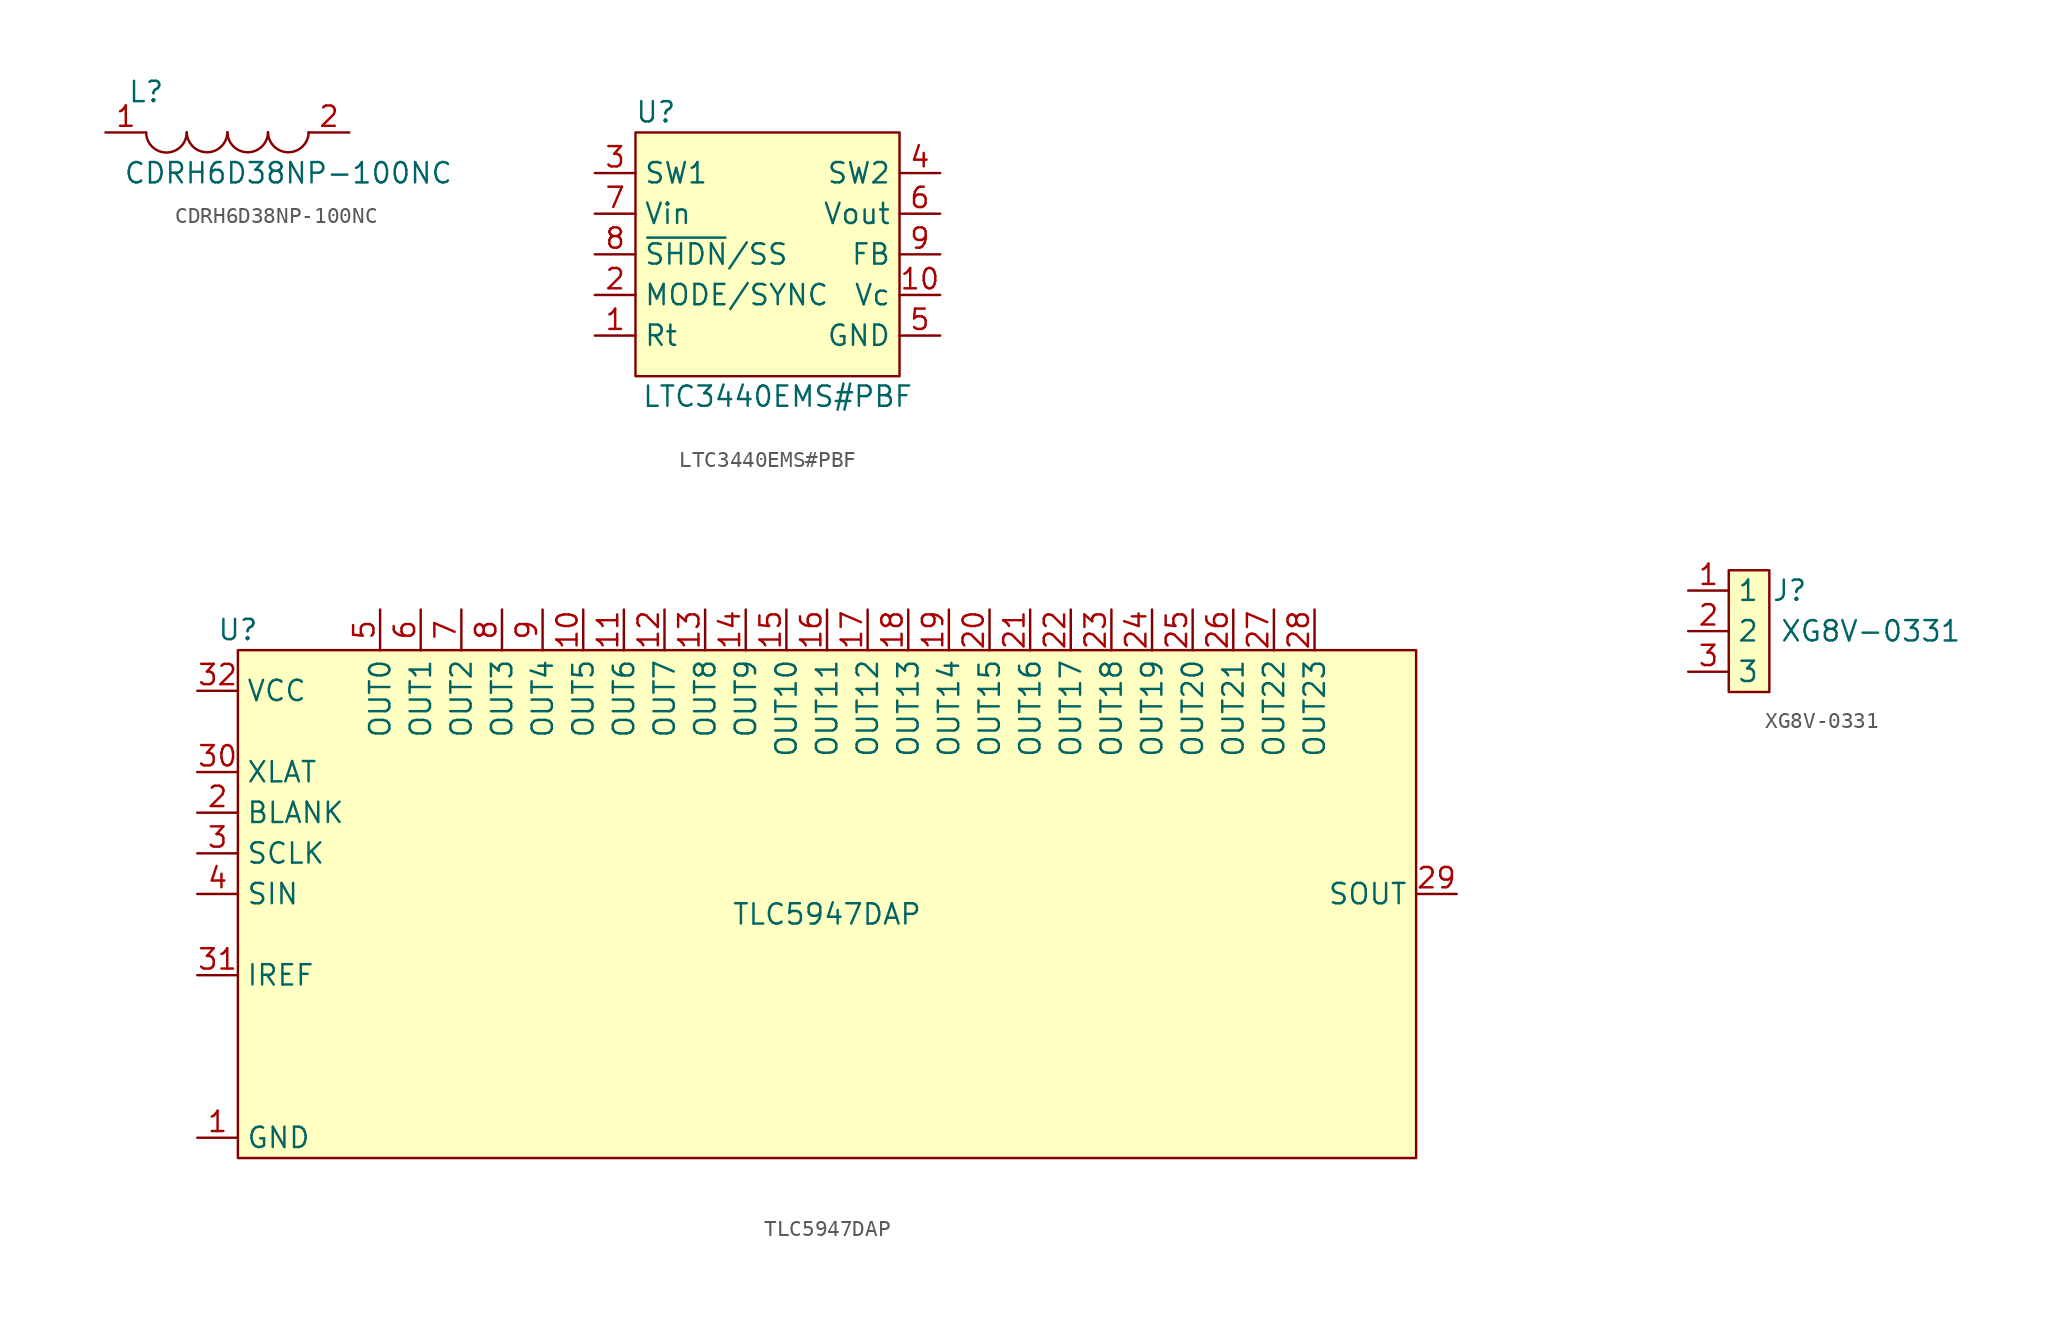
<source format=kicad_sym>
(kicad_symbol_lib
  (version 20211014)
  (generator kicad_symbol_editor)
  (symbol "CDRH6D38NP-100NC"
    (property "Reference" "L"
      (at 2.54 2.54 0)
      (effects (font (size 1.27 1.27))))
    (property "Value" "CDRH6D38NP-100NC"
      (at 11.43 -2.54 0)
      (effects (font (size 1.27 1.27))))
    (symbol "CDRH6D38NP-100NC_0_1"
      (arc (start 2.54 0) (mid 3.81 -1.286) (end 5.08 0) (stroke (width 0) (type default) (color 0 0 0 0)) (fill (type none)))
      (arc (start 5.08 0.0159) (mid 6.35 -1.2701) (end 7.62 0.0159) (stroke (width 0) (type default) (color 0 0 0 0)) (fill (type none)))
      (arc (start 7.62 0.0159) (mid 8.89 -1.2701) (end 10.16 0.0159) (stroke (width 0) (type default) (color 0 0 0 0)) (fill (type none)))
      (arc (start 10.16 0.0159) (mid 11.43 -1.2701) (end 12.7 0.0159) (stroke (width 0) (type default) (color 0 0 0 0)) (fill (type none))))
    (symbol "CDRH6D38NP-100NC_1_1"
      (pin input line (at 0 0 0) (length 2.54) (name "" (effects (font (size 1.27 1.27)))) (number "1" (effects (font (size 1.27 1.27)))))
      (pin input line (at 15.24 0 180) (length 2.54) (name "" (effects (font (size 1.27 1.27)))) (number "2" (effects (font (size 1.27 1.27)))))))
  (symbol "LTC3440EMS#PBF"
    (property "Reference" "U"
      (at 3.81 3.81 0)
      (effects (font (size 1.27 1.27))))
    (property "Value" "LTC3440EMS#PBF"
      (at 11.43 -13.97 0)
      (effects (font (size 1.27 1.27))))
    (symbol "LTC3440EMS#PBF_0_1"
      (rectangle (start 2.54 2.54) (end 19.05 -12.7) (stroke (width 0) (type default) (color 0 0 0 0)) (fill (type background))))
    (symbol "LTC3440EMS#PBF_1_1"
      (pin input line (at 0 -10.16 0) (length 2.54) (name "Rt" (effects (font (size 1.27 1.27)))) (number "1" (effects (font (size 1.27 1.27)))))
      (pin input line (at 21.59 -7.62 180) (length 2.54) (name "Vc" (effects (font (size 1.27 1.27)))) (number "10" (effects (font (size 1.27 1.27)))))
      (pin input line (at 0 -7.62 0) (length 2.54) (name "MODE/SYNC" (effects (font (size 1.27 1.27)))) (number "2" (effects (font (size 1.27 1.27)))))
      (pin input line (at 0 0 0) (length 2.54) (name "SW1" (effects (font (size 1.27 1.27)))) (number "3" (effects (font (size 1.27 1.27)))))
      (pin input line (at 21.59 0 180) (length 2.54) (name "SW2" (effects (font (size 1.27 1.27)))) (number "4" (effects (font (size 1.27 1.27)))))
      (pin input line (at 21.59 -10.16 180) (length 2.54) (name "GND" (effects (font (size 1.27 1.27)))) (number "5" (effects (font (size 1.27 1.27)))))
      (pin input line (at 21.59 -2.54 180) (length 2.54) (name "Vout" (effects (font (size 1.27 1.27)))) (number "6" (effects (font (size 1.27 1.27)))))
      (pin input line (at 0 -2.54 0) (length 2.54) (name "Vin" (effects (font (size 1.27 1.27)))) (number "7" (effects (font (size 1.27 1.27)))))
      (pin input line (at 0 -5.08 0) (length 2.54) (name "~{SHDN}/SS" (effects (font (size 1.27 1.27)))) (number "8" (effects (font (size 1.27 1.27)))))
      (pin input line (at 21.59 -5.08 180) (length 2.54) (name "FB" (effects (font (size 1.27 1.27)))) (number "9" (effects (font (size 1.27 1.27)))))))
  (symbol "TLC5947DAP"
    (property "Reference" "U"
      (at 2.54 1.27 0)
      (effects (font (size 1.27 1.27))))
    (property "Value" "TLC5947DAP"
      (at 39.37 -16.51 0)
      (effects (font (size 1.27 1.27))))
    (symbol "TLC5947DAP_0_1"
      (rectangle (start 2.54 0) (end 76.2 -31.75) (stroke (width 0) (type default) (color 0 0 0 0)) (fill (type background))))
    (symbol "TLC5947DAP_1_1"
      (pin power_in line (at 0 -30.48 0) (length 2.54) (name "GND" (effects (font (size 1.27 1.27)))) (number "1" (effects (font (size 1.27 1.27)))))
      (pin input line (at 24.13 2.54 270) (length 2.54) (name "OUT5" (effects (font (size 1.27 1.27)))) (number "10" (effects (font (size 1.27 1.27)))))
      (pin input line (at 26.67 2.54 270) (length 2.54) (name "OUT6" (effects (font (size 1.27 1.27)))) (number "11" (effects (font (size 1.27 1.27)))))
      (pin input line (at 29.21 2.54 270) (length 2.54) (name "OUT7" (effects (font (size 1.27 1.27)))) (number "12" (effects (font (size 1.27 1.27)))))
      (pin input line (at 31.75 2.54 270) (length 2.54) (name "OUT8" (effects (font (size 1.27 1.27)))) (number "13" (effects (font (size 1.27 1.27)))))
      (pin input line (at 34.29 2.54 270) (length 2.54) (name "OUT9" (effects (font (size 1.27 1.27)))) (number "14" (effects (font (size 1.27 1.27)))))
      (pin input line (at 36.83 2.54 270) (length 2.54) (name "OUT10" (effects (font (size 1.27 1.27)))) (number "15" (effects (font (size 1.27 1.27)))))
      (pin input line (at 39.37 2.54 270) (length 2.54) (name "OUT11" (effects (font (size 1.27 1.27)))) (number "16" (effects (font (size 1.27 1.27)))))
      (pin input line (at 41.91 2.54 270) (length 2.54) (name "OUT12" (effects (font (size 1.27 1.27)))) (number "17" (effects (font (size 1.27 1.27)))))
      (pin input line (at 44.45 2.54 270) (length 2.54) (name "OUT13" (effects (font (size 1.27 1.27)))) (number "18" (effects (font (size 1.27 1.27)))))
      (pin input line (at 46.99 2.54 270) (length 2.54) (name "OUT14" (effects (font (size 1.27 1.27)))) (number "19" (effects (font (size 1.27 1.27)))))
      (pin input line (at 0 -10.16 0) (length 2.54) (name "BLANK" (effects (font (size 1.27 1.27)))) (number "2" (effects (font (size 1.27 1.27)))))
      (pin input line (at 49.53 2.54 270) (length 2.54) (name "OUT15" (effects (font (size 1.27 1.27)))) (number "20" (effects (font (size 1.27 1.27)))))
      (pin input line (at 52.07 2.54 270) (length 2.54) (name "OUT16" (effects (font (size 1.27 1.27)))) (number "21" (effects (font (size 1.27 1.27)))))
      (pin input line (at 54.61 2.54 270) (length 2.54) (name "OUT17" (effects (font (size 1.27 1.27)))) (number "22" (effects (font (size 1.27 1.27)))))
      (pin input line (at 57.15 2.54 270) (length 2.54) (name "OUT18" (effects (font (size 1.27 1.27)))) (number "23" (effects (font (size 1.27 1.27)))))
      (pin input line (at 59.69 2.54 270) (length 2.54) (name "OUT19" (effects (font (size 1.27 1.27)))) (number "24" (effects (font (size 1.27 1.27)))))
      (pin input line (at 62.23 2.54 270) (length 2.54) (name "OUT20" (effects (font (size 1.27 1.27)))) (number "25" (effects (font (size 1.27 1.27)))))
      (pin input line (at 64.77 2.54 270) (length 2.54) (name "OUT21" (effects (font (size 1.27 1.27)))) (number "26" (effects (font (size 1.27 1.27)))))
      (pin input line (at 67.31 2.54 270) (length 2.54) (name "OUT22" (effects (font (size 1.27 1.27)))) (number "27" (effects (font (size 1.27 1.27)))))
      (pin input line (at 69.85 2.54 270) (length 2.54) (name "OUT23" (effects (font (size 1.27 1.27)))) (number "28" (effects (font (size 1.27 1.27)))))
      (pin output line (at 78.74 -15.24 180) (length 2.54) (name "SOUT" (effects (font (size 1.27 1.27)))) (number "29" (effects (font (size 1.27 1.27)))))
      (pin input line (at 0 -12.7 0) (length 2.54) (name "SCLK" (effects (font (size 1.27 1.27)))) (number "3" (effects (font (size 1.27 1.27)))))
      (pin input line (at 0 -7.62 0) (length 2.54) (name "XLAT" (effects (font (size 1.27 1.27)))) (number "30" (effects (font (size 1.27 1.27)))))
      (pin input line (at 0 -20.32 0) (length 2.54) (name "IREF" (effects (font (size 1.27 1.27)))) (number "31" (effects (font (size 1.27 1.27)))))
      (pin power_out line (at 0 -2.54 0) (length 2.54) (name "VCC" (effects (font (size 1.27 1.27)))) (number "32" (effects (font (size 1.27 1.27)))))
      (pin input line (at 0 -15.24 0) (length 2.54) (name "SIN" (effects (font (size 1.27 1.27)))) (number "4" (effects (font (size 1.27 1.27)))))
      (pin input line (at 11.43 2.54 270) (length 2.54) (name "OUT0" (effects (font (size 1.27 1.27)))) (number "5" (effects (font (size 1.27 1.27)))))
      (pin input line (at 13.97 2.54 270) (length 2.54) (name "OUT1" (effects (font (size 1.27 1.27)))) (number "6" (effects (font (size 1.27 1.27)))))
      (pin input line (at 16.51 2.54 270) (length 2.54) (name "OUT2" (effects (font (size 1.27 1.27)))) (number "7" (effects (font (size 1.27 1.27)))))
      (pin input line (at 19.05 2.54 270) (length 2.54) (name "OUT3" (effects (font (size 1.27 1.27)))) (number "8" (effects (font (size 1.27 1.27)))))
      (pin input line (at 21.59 2.54 270) (length 2.54) (name "OUT4" (effects (font (size 1.27 1.27)))) (number "9" (effects (font (size 1.27 1.27)))))))
  (symbol "XG8V-0331"
    (property "Reference" "J"
      (at 6.35 0 0)
      (effects (font (size 1.27 1.27))))
    (property "Value" "XG8V-0331"
      (at 11.43 -2.54 0)
      (effects (font (size 1.27 1.27))))
    (symbol "XG8V-0331_0_1"
      (rectangle (start 2.54 1.27) (end 5.08 -6.35) (stroke (width 0) (type default) (color 0 0 0 0)) (fill (type background))))
    (symbol "XG8V-0331_1_1"
      (pin passive line (at 0 0 0) (length 2.54) (name "1" (effects (font (size 1.27 1.27)))) (number "1" (effects (font (size 1.27 1.27)))))
      (pin passive line (at 0 -2.54 0) (length 2.54) (name "2" (effects (font (size 1.27 1.27)))) (number "2" (effects (font (size 1.27 1.27)))))
      (pin passive line (at 0 -5.08 0) (length 2.54) (name "3" (effects (font (size 1.27 1.27)))) (number "3" (effects (font (size 1.27 1.27))))))))
</source>
